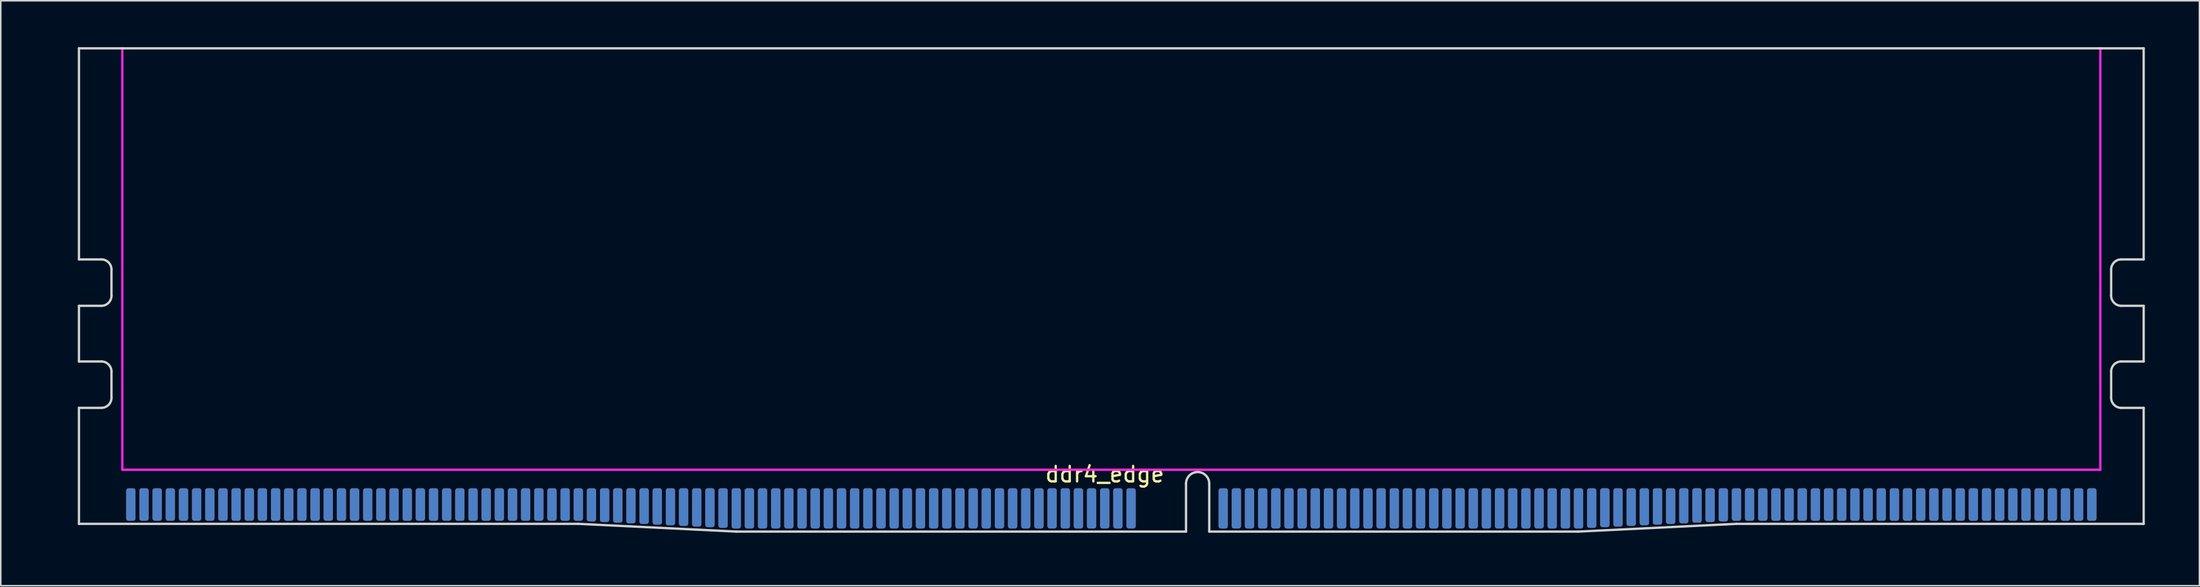
<source format=kicad_pcb>
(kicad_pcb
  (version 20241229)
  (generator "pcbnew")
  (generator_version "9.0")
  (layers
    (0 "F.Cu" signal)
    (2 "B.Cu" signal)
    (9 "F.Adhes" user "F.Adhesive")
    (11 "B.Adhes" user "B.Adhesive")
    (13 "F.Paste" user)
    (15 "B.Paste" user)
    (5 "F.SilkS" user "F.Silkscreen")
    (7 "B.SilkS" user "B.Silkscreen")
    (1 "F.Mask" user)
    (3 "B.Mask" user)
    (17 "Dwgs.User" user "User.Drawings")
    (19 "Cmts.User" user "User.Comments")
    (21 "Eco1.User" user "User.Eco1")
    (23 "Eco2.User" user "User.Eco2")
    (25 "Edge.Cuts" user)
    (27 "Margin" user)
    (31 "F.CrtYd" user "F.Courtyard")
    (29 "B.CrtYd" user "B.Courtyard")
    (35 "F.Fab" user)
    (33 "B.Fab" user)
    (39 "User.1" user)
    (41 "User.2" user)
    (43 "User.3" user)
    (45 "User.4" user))
  (footprint "ddr4_edge"
    (layer "F.Cu")
    (at 70 29.825)
    (property "Reference" "ddr4_edge" (at -1.7 -2.2 180) (layer "F.SilkS") (effects (font (size 1 1) (thickness 0.15))))
    (attr smd)
    (fp_line (start -67.95 -29.75) (end 65.4 -29.75) (stroke (width 0.15) (type solid)) (layer "Edge.Cuts"))
    (fp_line (start -67.95 -16.1) (end -67.95 -29.75) (stroke (width 0.15) (type solid)) (layer "Edge.Cuts"))
    (fp_line (start -67.95 -16.1) (end -66.5 -16.1) (stroke (width 0.15) (type solid)) (layer "Edge.Cuts"))
    (fp_line (start -67.95 -13.1) (end -66.5 -13.1) (stroke (width 0.15) (type solid)) (layer "Edge.Cuts"))
    (fp_line (start -67.95 -9.5) (end -67.95 -13.1) (stroke (width 0.15) (type solid)) (layer "Edge.Cuts"))
    (fp_line (start -67.95 -9.5) (end -66.5 -9.5) (stroke (width 0.15) (type solid)) (layer "Edge.Cuts"))
    (fp_line (start -67.95 -6.5) (end -66.5 -6.5) (stroke (width 0.15) (type solid)) (layer "Edge.Cuts"))
    (fp_line (start -67.95 1) (end -67.95 -6.5) (stroke (width 0.15) (type solid)) (layer "Edge.Cuts"))
    (fp_line (start -65.85 -13.75) (end -65.85 -15.45) (stroke (width 0.15) (type solid)) (layer "Edge.Cuts"))
    (fp_line (start -65.85 -7.15) (end -65.85 -8.85) (stroke (width 0.15) (type solid)) (layer "Edge.Cuts"))
    (fp_line (start -35.7 1) (end -67.95 1) (stroke (width 0.15) (type solid)) (layer "Edge.Cuts"))
    (fp_line (start -25.5 1.5) (end -35.7 1) (stroke (width 0.15) (type solid)) (layer "Edge.Cuts"))
    (fp_line (start 3.55 1.5) (end -25.5 1.5) (stroke (width 0.15) (type solid)) (layer "Edge.Cuts"))
    (fp_line (start 3.55 1.5) (end 3.55 -1.6) (stroke (width 0.15) (type solid)) (layer "Edge.Cuts"))
    (fp_line (start 5.05 -1.6) (end 5.05 1.5) (stroke (width 0.15) (type solid)) (layer "Edge.Cuts"))
    (fp_line (start 5.05 1.5) (end 28.9 1.5) (stroke (width 0.15) (type solid)) (layer "Edge.Cuts"))
    (fp_line (start 28.9 1.5) (end 39.1 1) (stroke (width 0.15) (type solid)) (layer "Edge.Cuts"))
    (fp_line (start 39.1 1) (end 65.4 1) (stroke (width 0.15) (type solid)) (layer "Edge.Cuts"))
    (fp_line (start 63.3 -13.75) (end 63.3 -15.45) (stroke (width 0.15) (type solid)) (layer "Edge.Cuts"))
    (fp_line (start 63.3 -7.15) (end 63.3 -8.85) (stroke (width 0.15) (type solid)) (layer "Edge.Cuts"))
    (fp_line (start 65.4 -16.1) (end 63.95 -16.1) (stroke (width 0.15) (type solid)) (layer "Edge.Cuts"))
    (fp_line (start 65.4 -16.1) (end 65.4 -29.75) (stroke (width 0.15) (type solid)) (layer "Edge.Cuts"))
    (fp_line (start 65.4 -13.1) (end 63.95 -13.1) (stroke (width 0.15) (type solid)) (layer "Edge.Cuts"))
    (fp_line (start 65.4 -9.5) (end 63.95 -9.5) (stroke (width 0.15) (type solid)) (layer "Edge.Cuts"))
    (fp_line (start 65.4 -9.5) (end 65.4 -13.1) (stroke (width 0.15) (type solid)) (layer "Edge.Cuts"))
    (fp_line (start 65.4 -6.5) (end 63.95 -6.5) (stroke (width 0.15) (type solid)) (layer "Edge.Cuts"))
    (fp_line (start 65.4 1) (end 65.4 -6.5) (stroke (width 0.15) (type solid)) (layer "Edge.Cuts"))
    (fp_arc (start -66.5 -16.1) (mid -66.040381 -15.909619) (end -65.85 -15.45) (stroke (width 0.15) (type solid)) (layer "Edge.Cuts"))
    (fp_arc (start -66.5 -9.5) (mid -66.040381 -9.309619) (end -65.85 -8.85) (stroke (width 0.15) (type solid)) (layer "Edge.Cuts"))
    (fp_arc (start -65.85 -13.75) (mid -66.040381 -13.290381) (end -66.5 -13.1) (stroke (width 0.15) (type solid)) (layer "Edge.Cuts"))
    (fp_arc (start -65.85 -7.15) (mid -66.040381 -6.690381) (end -66.5 -6.5) (stroke (width 0.15) (type solid)) (layer "Edge.Cuts"))
    (fp_arc (start 3.55 -1.6) (mid 4.3 -2.35) (end 5.05 -1.6) (stroke (width 0.15) (type solid)) (layer "Edge.Cuts"))
    (fp_arc (start 63.3 -15.45) (mid 63.490381 -15.909619) (end 63.95 -16.1) (stroke (width 0.15) (type solid)) (layer "Edge.Cuts"))
    (fp_arc (start 63.3 -8.85) (mid 63.490381 -9.309619) (end 63.95 -9.5) (stroke (width 0.15) (type solid)) (layer "Edge.Cuts"))
    (fp_arc (start 63.95 -13.1) (mid 63.490381 -13.290381) (end 63.3 -13.75) (stroke (width 0.15) (type solid)) (layer "Edge.Cuts"))
    (fp_arc (start 63.95 -6.5) (mid 63.490381 -6.690381) (end 63.3 -7.15) (stroke (width 0.15) (type solid)) (layer "Edge.Cuts"))
    (fp_line (start -65.15 -2.5) (end -65.15 -29.75) (stroke (width 0.15) (type solid)) (layer "F.CrtYd"))
    (fp_line (start -65.15 -2.5) (end 62.6 -2.5) (stroke (width 0.15) (type solid)) (layer "F.CrtYd"))
    (fp_line (start 62.6 -2.5) (end 62.6 -29.75) (stroke (width 0.15) (type solid)) (layer "F.CrtYd"))
    (pad "1" smd roundrect (at -64.6 -0.25) (size 0.6 2.1) (layers "F.Cu" "F.Mask") (roundrect_rratio 0.25))
    (pad "2" smd roundrect (at -63.75 -0.25) (size 0.6 2.1) (layers "F.Cu" "F.Mask") (roundrect_rratio 0.25))
    (pad "3" smd roundrect (at -62.9 -0.25) (size 0.6 2.1) (layers "F.Cu" "F.Mask") (roundrect_rratio 0.25))
    (pad "4" smd roundrect (at -62.05 -0.25) (size 0.6 2.1) (layers "F.Cu" "F.Mask") (roundrect_rratio 0.25))
    (pad "5" smd roundrect (at -61.2 -0.25) (size 0.6 2.1) (layers "F.Cu" "F.Mask") (roundrect_rratio 0.25))
    (pad "6" smd roundrect (at -60.35 -0.25) (size 0.6 2.1) (layers "F.Cu" "F.Mask") (roundrect_rratio 0.25))
    (pad "7" smd roundrect (at -59.5 -0.25) (size 0.6 2.1) (layers "F.Cu" "F.Mask") (roundrect_rratio 0.25))
    (pad "8" smd roundrect (at -58.65 -0.25) (size 0.6 2.1) (layers "F.Cu" "F.Mask") (roundrect_rratio 0.25))
    (pad "9" smd roundrect (at -57.8 -0.25) (size 0.6 2.1) (layers "F.Cu" "F.Mask") (roundrect_rratio 0.25))
    (pad "10" smd roundrect (at -56.95 -0.25) (size 0.6 2.1) (layers "F.Cu" "F.Mask") (roundrect_rratio 0.25))
    (pad "11" smd roundrect (at -56.1 -0.25) (size 0.6 2.1) (layers "F.Cu" "F.Mask") (roundrect_rratio 0.25))
    (pad "12" smd roundrect (at -55.25 -0.25) (size 0.6 2.1) (layers "F.Cu" "F.Mask") (roundrect_rratio 0.25))
    (pad "13" smd roundrect (at -54.4 -0.25) (size 0.6 2.1) (layers "F.Cu" "F.Mask") (roundrect_rratio 0.25))
    (pad "14" smd roundrect (at -53.55 -0.25) (size 0.6 2.1) (layers "F.Cu" "F.Mask") (roundrect_rratio 0.25))
    (pad "15" smd roundrect (at -52.7 -0.25) (size 0.6 2.1) (layers "F.Cu" "F.Mask") (roundrect_rratio 0.25))
    (pad "16" smd roundrect (at -51.85 -0.25) (size 0.6 2.1) (layers "F.Cu" "F.Mask") (roundrect_rratio 0.25))
    (pad "17" smd roundrect (at -51 -0.25) (size 0.6 2.1) (layers "F.Cu" "F.Mask") (roundrect_rratio 0.25))
    (pad "18" smd roundrect (at -50.15 -0.25) (size 0.6 2.1) (layers "F.Cu" "F.Mask") (roundrect_rratio 0.25))
    (pad "19" smd roundrect (at -49.3 -0.25) (size 0.6 2.1) (layers "F.Cu" "F.Mask") (roundrect_rratio 0.25))
    (pad "20" smd roundrect (at -48.45 -0.25) (size 0.6 2.1) (layers "F.Cu" "F.Mask") (roundrect_rratio 0.25))
    (pad "21" smd roundrect (at -47.6 -0.25) (size 0.6 2.1) (layers "F.Cu" "F.Mask") (roundrect_rratio 0.25))
    (pad "22" smd roundrect (at -46.75 -0.25) (size 0.6 2.1) (layers "F.Cu" "F.Mask") (roundrect_rratio 0.25))
    (pad "23" smd roundrect (at -45.9 -0.25) (size 0.6 2.1) (layers "F.Cu" "F.Mask") (roundrect_rratio 0.25))
    (pad "24" smd roundrect (at -45.05 -0.25) (size 0.6 2.1) (layers "F.Cu" "F.Mask") (roundrect_rratio 0.25))
    (pad "25" smd roundrect (at -44.2 -0.25) (size 0.6 2.1) (layers "F.Cu" "F.Mask") (roundrect_rratio 0.25))
    (pad "26" smd roundrect (at -43.35 -0.25) (size 0.6 2.1) (layers "F.Cu" "F.Mask") (roundrect_rratio 0.25))
    (pad "27" smd roundrect (at -42.5 -0.25) (size 0.6 2.1) (layers "F.Cu" "F.Mask") (roundrect_rratio 0.25))
    (pad "28" smd roundrect (at -41.65 -0.25) (size 0.6 2.1) (layers "F.Cu" "F.Mask") (roundrect_rratio 0.25))
    (pad "29" smd roundrect (at -40.8 -0.25) (size 0.6 2.1) (layers "F.Cu" "F.Mask") (roundrect_rratio 0.25))
    (pad "30" smd roundrect (at -39.95 -0.25) (size 0.6 2.1) (layers "F.Cu" "F.Mask") (roundrect_rratio 0.25))
    (pad "31" smd roundrect (at -39.1 -0.25) (size 0.6 2.1) (layers "F.Cu" "F.Mask") (roundrect_rratio 0.25))
    (pad "32" smd roundrect (at -38.25 -0.25) (size 0.6 2.1) (layers "F.Cu" "F.Mask") (roundrect_rratio 0.25))
    (pad "33" smd roundrect (at -37.4 -0.25) (size 0.6 2.1) (layers "F.Cu" "F.Mask") (roundrect_rratio 0.25))
    (pad "34" smd roundrect (at -36.55 -0.25) (size 0.6 2.1) (layers "F.Cu" "F.Mask") (roundrect_rratio 0.25))
    (pad "35" smd roundrect (at -35.7 -0.25) (size 0.6 2.1) (layers "F.Cu" "F.Mask") (roundrect_rratio 0.25))
    (pad "36" smd roundrect (at -34.85 0) (size 0.6 2.142) (drill (offset 0 -0.229)) (layers "F.Cu" "F.Mask") (roundrect_rratio 0.25))
    (pad "37" smd roundrect (at -34 0) (size 0.6 2.183) (drill (offset 0 -0.208)) (layers "F.Cu" "F.Mask") (roundrect_rratio 0.25))
    (pad "38" smd roundrect (at -33.15 0) (size 0.6 2.225) (drill (offset 0 -0.188)) (layers "F.Cu" "F.Mask") (roundrect_rratio 0.25))
    (pad "39" smd roundrect (at -32.3 0) (size 0.6 2.267) (drill (offset 0 -0.167)) (layers "F.Cu" "F.Mask") (roundrect_rratio 0.25))
    (pad "40" smd roundrect (at -31.45 0) (size 0.6 2.308) (drill (offset 0 -0.146)) (layers "F.Cu" "F.Mask") (roundrect_rratio 0.25))
    (pad "41" smd roundrect (at -30.6 0) (size 0.6 2.35) (drill (offset 0 -0.125)) (layers "F.Cu" "F.Mask") (roundrect_rratio 0.25))
    (pad "42" smd roundrect (at -29.75 0) (size 0.6 2.392) (drill (offset 0 -0.104)) (layers "F.Cu" "F.Mask") (roundrect_rratio 0.25))
    (pad "43" smd roundrect (at -28.9 0) (size 0.6 2.433) (drill (offset 0 -0.083)) (layers "F.Cu" "F.Mask") (roundrect_rratio 0.25))
    (pad "44" smd roundrect (at -28.05 0) (size 0.6 2.475) (drill (offset 0 -0.062)) (layers "F.Cu" "F.Mask") (roundrect_rratio 0.25))
    (pad "45" smd roundrect (at -27.2 0) (size 0.6 2.517) (drill (offset 0 -0.042)) (layers "F.Cu" "F.Mask") (roundrect_rratio 0.25))
    (pad "46" smd roundrect (at -26.35 0) (size 0.6 2.558) (drill (offset 0 -0.021)) (layers "F.Cu" "F.Mask") (roundrect_rratio 0.25))
    (pad "47" smd roundrect (at -25.5 0) (size 0.6 2.6) (layers "F.Cu" "F.Mask") (roundrect_rratio 0.25))
    (pad "48" smd roundrect (at -24.65 0) (size 0.6 2.6) (layers "F.Cu" "F.Mask") (roundrect_rratio 0.25))
    (pad "49" smd roundrect (at -23.8 0) (size 0.6 2.6) (layers "F.Cu" "F.Mask") (roundrect_rratio 0.25))
    (pad "50" smd roundrect (at -22.95 0) (size 0.6 2.6) (layers "F.Cu" "F.Mask") (roundrect_rratio 0.25))
    (pad "51" smd roundrect (at -22.1 0) (size 0.6 2.6) (layers "F.Cu" "F.Mask") (roundrect_rratio 0.25))
    (pad "52" smd roundrect (at -21.25 0) (size 0.6 2.6) (layers "F.Cu" "F.Mask") (roundrect_rratio 0.25))
    (pad "53" smd roundrect (at -20.4 0) (size 0.6 2.6) (layers "F.Cu" "F.Mask") (roundrect_rratio 0.25))
    (pad "54" smd roundrect (at -19.55 0) (size 0.6 2.6) (layers "F.Cu" "F.Mask") (roundrect_rratio 0.25))
    (pad "55" smd roundrect (at -18.7 0) (size 0.6 2.6) (layers "F.Cu" "F.Mask") (roundrect_rratio 0.25))
    (pad "56" smd roundrect (at -17.85 0) (size 0.6 2.6) (layers "F.Cu" "F.Mask") (roundrect_rratio 0.25))
    (pad "57" smd roundrect (at -17 0) (size 0.6 2.6) (layers "F.Cu" "F.Mask") (roundrect_rratio 0.25))
    (pad "58" smd roundrect (at -16.15 0) (size 0.6 2.6) (layers "F.Cu" "F.Mask") (roundrect_rratio 0.25))
    (pad "59" smd roundrect (at -15.3 0) (size 0.6 2.6) (layers "F.Cu" "F.Mask") (roundrect_rratio 0.25))
    (pad "60" smd roundrect (at -14.45 0) (size 0.6 2.6) (layers "F.Cu" "F.Mask") (roundrect_rratio 0.25))
    (pad "61" smd roundrect (at -13.6 0) (size 0.6 2.6) (layers "F.Cu" "F.Mask") (roundrect_rratio 0.25))
    (pad "62" smd roundrect (at -12.75 0) (size 0.6 2.6) (layers "F.Cu" "F.Mask") (roundrect_rratio 0.25))
    (pad "63" smd roundrect (at -11.9 0) (size 0.6 2.6) (layers "F.Cu" "F.Mask") (roundrect_rratio 0.25))
    (pad "64" smd roundrect (at -11.05 0) (size 0.6 2.6) (layers "F.Cu" "F.Mask") (roundrect_rratio 0.25))
    (pad "65" smd roundrect (at -10.2 0) (size 0.6 2.6) (layers "F.Cu" "F.Mask") (roundrect_rratio 0.25))
    (pad "66" smd roundrect (at -9.35 0) (size 0.6 2.6) (layers "F.Cu" "F.Mask") (roundrect_rratio 0.25))
    (pad "67" smd roundrect (at -8.5 0) (size 0.6 2.6) (layers "F.Cu" "F.Mask") (roundrect_rratio 0.25))
    (pad "68" smd roundrect (at -7.65 0) (size 0.6 2.6) (layers "F.Cu" "F.Mask") (roundrect_rratio 0.25))
    (pad "69" smd roundrect (at -6.8 0) (size 0.6 2.6) (layers "F.Cu" "F.Mask") (roundrect_rratio 0.25))
    (pad "70" smd roundrect (at -5.95 0) (size 0.6 2.6) (layers "F.Cu" "F.Mask") (roundrect_rratio 0.25))
    (pad "71" smd roundrect (at -5.1 0) (size 0.6 2.6) (layers "F.Cu" "F.Mask") (roundrect_rratio 0.25))
    (pad "72" smd roundrect (at -4.25 0) (size 0.6 2.6) (layers "F.Cu" "F.Mask") (roundrect_rratio 0.25))
    (pad "73" smd roundrect (at -3.4 0) (size 0.6 2.6) (layers "F.Cu" "F.Mask") (roundrect_rratio 0.25))
    (pad "74" smd roundrect (at -2.55 0) (size 0.6 2.6) (layers "F.Cu" "F.Mask") (roundrect_rratio 0.25))
    (pad "75" smd roundrect (at -1.7 0) (size 0.6 2.6) (layers "F.Cu" "F.Mask") (roundrect_rratio 0.25))
    (pad "76" smd roundrect (at -0.85 0) (size 0.6 2.6) (layers "F.Cu" "F.Mask") (roundrect_rratio 0.25))
    (pad "77" smd roundrect (at 0 0) (size 0.6 2.6) (layers "F.Cu" "F.Mask") (roundrect_rratio 0.25))
    (pad "78" smd roundrect (at 5.95 0) (size 0.6 2.6) (layers "F.Cu" "F.Mask") (roundrect_rratio 0.25))
    (pad "79" smd roundrect (at 6.8 0) (size 0.6 2.6) (layers "F.Cu" "F.Mask") (roundrect_rratio 0.25))
    (pad "80" smd roundrect (at 7.65 0) (size 0.6 2.6) (layers "F.Cu" "F.Mask") (roundrect_rratio 0.25))
    (pad "81" smd roundrect (at 8.5 0) (size 0.6 2.6) (layers "F.Cu" "F.Mask") (roundrect_rratio 0.25))
    (pad "82" smd roundrect (at 9.35 0) (size 0.6 2.6) (layers "F.Cu" "F.Mask") (roundrect_rratio 0.25))
    (pad "83" smd roundrect (at 10.2 0) (size 0.6 2.6) (layers "F.Cu" "F.Mask") (roundrect_rratio 0.25))
    (pad "84" smd roundrect (at 11.05 0) (size 0.6 2.6) (layers "F.Cu" "F.Mask") (roundrect_rratio 0.25))
    (pad "85" smd roundrect (at 11.9 0) (size 0.6 2.6) (layers "F.Cu" "F.Mask") (roundrect_rratio 0.25))
    (pad "86" smd roundrect (at 12.75 0) (size 0.6 2.6) (layers "F.Cu" "F.Mask") (roundrect_rratio 0.25))
    (pad "87" smd roundrect (at 13.6 0) (size 0.6 2.6) (layers "F.Cu" "F.Mask") (roundrect_rratio 0.25))
    (pad "88" smd roundrect (at 14.45 0) (size 0.6 2.6) (layers "F.Cu" "F.Mask") (roundrect_rratio 0.25))
    (pad "89" smd roundrect (at 15.3 0) (size 0.6 2.6) (layers "F.Cu" "F.Mask") (roundrect_rratio 0.25))
    (pad "90" smd roundrect (at 16.15 0) (size 0.6 2.6) (layers "F.Cu" "F.Mask") (roundrect_rratio 0.25))
    (pad "91" smd roundrect (at 17 0) (size 0.6 2.6) (layers "F.Cu" "F.Mask") (roundrect_rratio 0.25))
    (pad "92" smd roundrect (at 17.85 0) (size 0.6 2.6) (layers "F.Cu" "F.Mask") (roundrect_rratio 0.25))
    (pad "93" smd roundrect (at 18.7 0) (size 0.6 2.6) (layers "F.Cu" "F.Mask") (roundrect_rratio 0.25))
    (pad "94" smd roundrect (at 19.55 0) (size 0.6 2.6) (layers "F.Cu" "F.Mask") (roundrect_rratio 0.25))
    (pad "95" smd roundrect (at 20.4 0) (size 0.6 2.6) (layers "F.Cu" "F.Mask") (roundrect_rratio 0.25))
    (pad "96" smd roundrect (at 21.25 0) (size 0.6 2.6) (layers "F.Cu" "F.Mask") (roundrect_rratio 0.25))
    (pad "97" smd roundrect (at 22.1 0) (size 0.6 2.6) (layers "F.Cu" "F.Mask") (roundrect_rratio 0.25))
    (pad "98" smd roundrect (at 22.95 0) (size 0.6 2.6) (layers "F.Cu" "F.Mask") (roundrect_rratio 0.25))
    (pad "99" smd roundrect (at 23.8 0) (size 0.6 2.6) (layers "F.Cu" "F.Mask") (roundrect_rratio 0.25))
    (pad "100" smd roundrect (at 24.65 0) (size 0.6 2.6) (layers "F.Cu" "F.Mask") (roundrect_rratio 0.25))
    (pad "101" smd roundrect (at 25.5 0) (size 0.6 2.6) (layers "F.Cu" "F.Mask") (roundrect_rratio 0.25))
    (pad "102" smd roundrect (at 26.35 0) (size 0.6 2.6) (layers "F.Cu" "F.Mask") (roundrect_rratio 0.25))
    (pad "103" smd roundrect (at 27.2 0) (size 0.6 2.6) (layers "F.Cu" "F.Mask") (roundrect_rratio 0.25))
    (pad "104" smd roundrect (at 28.05 0) (size 0.6 2.6) (layers "F.Cu" "F.Mask") (roundrect_rratio 0.25))
    (pad "105" smd roundrect (at 28.9 0) (size 0.6 2.6) (layers "F.Cu" "F.Mask") (roundrect_rratio 0.25))
    (pad "106" smd roundrect (at 29.75 0) (size 0.6 2.558) (drill (offset 0 -0.021)) (layers "F.Cu" "F.Mask") (roundrect_rratio 0.25))
    (pad "107" smd roundrect (at 30.6 0) (size 0.6 2.517) (drill (offset 0 -0.042)) (layers "F.Cu" "F.Mask") (roundrect_rratio 0.25))
    (pad "108" smd roundrect (at 31.45 0) (size 0.6 2.475) (drill (offset 0 -0.062)) (layers "F.Cu" "F.Mask") (roundrect_rratio 0.25))
    (pad "109" smd roundrect (at 32.3 0) (size 0.6 2.433) (drill (offset 0 -0.083)) (layers "F.Cu" "F.Mask") (roundrect_rratio 0.25))
    (pad "110" smd roundrect (at 33.15 0) (size 0.6 2.392) (drill (offset 0 -0.104)) (layers "F.Cu" "F.Mask") (roundrect_rratio 0.25))
    (pad "111" smd roundrect (at 34 0) (size 0.6 2.35) (drill (offset 0 -0.125)) (layers "F.Cu" "F.Mask") (roundrect_rratio 0.25))
    (pad "112" smd roundrect (at 34.85 0) (size 0.6 2.308) (drill (offset 0 -0.146)) (layers "F.Cu" "F.Mask") (roundrect_rratio 0.25))
    (pad "113" smd roundrect (at 35.7 0) (size 0.6 2.267) (drill (offset 0 -0.167)) (layers "F.Cu" "F.Mask") (roundrect_rratio 0.25))
    (pad "114" smd roundrect (at 36.55 0) (size 0.6 2.225) (drill (offset 0 -0.188)) (layers "F.Cu" "F.Mask") (roundrect_rratio 0.25))
    (pad "115" smd roundrect (at 37.4 0) (size 0.6 2.183) (drill (offset 0 -0.208)) (layers "F.Cu" "F.Mask") (roundrect_rratio 0.25))
    (pad "116" smd roundrect (at 38.25 0) (size 0.6 2.142) (drill (offset 0 -0.229)) (layers "F.Cu" "F.Mask") (roundrect_rratio 0.25))
    (pad "117" smd roundrect (at 39.1 -0.25) (size 0.6 2.1) (layers "F.Cu" "F.Mask") (roundrect_rratio 0.25))
    (pad "118" smd roundrect (at 39.95 -0.25) (size 0.6 2.1) (layers "F.Cu" "F.Mask") (roundrect_rratio 0.25))
    (pad "119" smd roundrect (at 40.8 -0.25) (size 0.6 2.1) (layers "F.Cu" "F.Mask") (roundrect_rratio 0.25))
    (pad "120" smd roundrect (at 41.65 -0.25) (size 0.6 2.1) (layers "F.Cu" "F.Mask") (roundrect_rratio 0.25))
    (pad "121" smd roundrect (at 42.5 -0.25) (size 0.6 2.1) (layers "F.Cu" "F.Mask") (roundrect_rratio 0.25))
    (pad "122" smd roundrect (at 43.35 -0.25) (size 0.6 2.1) (layers "F.Cu" "F.Mask") (roundrect_rratio 0.25))
    (pad "123" smd roundrect (at 44.2 -0.25) (size 0.6 2.1) (layers "F.Cu" "F.Mask") (roundrect_rratio 0.25))
    (pad "124" smd roundrect (at 45.05 -0.25) (size 0.6 2.1) (layers "F.Cu" "F.Mask") (roundrect_rratio 0.25))
    (pad "125" smd roundrect (at 45.9 -0.25) (size 0.6 2.1) (layers "F.Cu" "F.Mask") (roundrect_rratio 0.25))
    (pad "126" smd roundrect (at 46.75 -0.25) (size 0.6 2.1) (layers "F.Cu" "F.Mask") (roundrect_rratio 0.25))
    (pad "127" smd roundrect (at 47.6 -0.25) (size 0.6 2.1) (layers "F.Cu" "F.Mask") (roundrect_rratio 0.25))
    (pad "128" smd roundrect (at 48.45 -0.25) (size 0.6 2.1) (layers "F.Cu" "F.Mask") (roundrect_rratio 0.25))
    (pad "129" smd roundrect (at 49.3 -0.25) (size 0.6 2.1) (layers "F.Cu" "F.Mask") (roundrect_rratio 0.25))
    (pad "130" smd roundrect (at 50.15 -0.25) (size 0.6 2.1) (layers "F.Cu" "F.Mask") (roundrect_rratio 0.25))
    (pad "131" smd roundrect (at 51 -0.25) (size 0.6 2.1) (layers "F.Cu" "F.Mask") (roundrect_rratio 0.25))
    (pad "132" smd roundrect (at 51.85 -0.25) (size 0.6 2.1) (layers "F.Cu" "F.Mask") (roundrect_rratio 0.25))
    (pad "133" smd roundrect (at 52.7 -0.25) (size 0.6 2.1) (layers "F.Cu" "F.Mask") (roundrect_rratio 0.25))
    (pad "134" smd roundrect (at 53.55 -0.25) (size 0.6 2.1) (layers "F.Cu" "F.Mask") (roundrect_rratio 0.25))
    (pad "135" smd roundrect (at 54.4 -0.25) (size 0.6 2.1) (layers "F.Cu" "F.Mask") (roundrect_rratio 0.25))
    (pad "136" smd roundrect (at 55.25 -0.25) (size 0.6 2.1) (layers "F.Cu" "F.Mask") (roundrect_rratio 0.25))
    (pad "137" smd roundrect (at 56.1 -0.25) (size 0.6 2.1) (layers "F.Cu" "F.Mask") (roundrect_rratio 0.25))
    (pad "138" smd roundrect (at 56.95 -0.25) (size 0.6 2.1) (layers "F.Cu" "F.Mask") (roundrect_rratio 0.25))
    (pad "139" smd roundrect (at 57.8 -0.25) (size 0.6 2.1) (layers "F.Cu" "F.Mask") (roundrect_rratio 0.25))
    (pad "140" smd roundrect (at 58.65 -0.25) (size 0.6 2.1) (layers "F.Cu" "F.Mask") (roundrect_rratio 0.25))
    (pad "141" smd roundrect (at 59.5 -0.25) (size 0.6 2.1) (layers "F.Cu" "F.Mask") (roundrect_rratio 0.25))
    (pad "142" smd roundrect (at 60.35 -0.25) (size 0.6 2.1) (layers "F.Cu" "F.Mask") (roundrect_rratio 0.25))
    (pad "143" smd roundrect (at 61.2 -0.25) (size 0.6 2.1) (layers "F.Cu" "F.Mask") (roundrect_rratio 0.25))
    (pad "144" smd roundrect (at 62.05 -0.25) (size 0.6 2.1) (layers "F.Cu" "F.Mask") (roundrect_rratio 0.25))
    (pad "145" smd roundrect (at -64.6 -0.25 180) (size 0.6 2.1) (layers "B.Cu" "B.Mask") (roundrect_rratio 0.25))
    (pad "146" smd roundrect (at -63.75 -0.25 180) (size 0.6 2.1) (layers "B.Cu" "B.Mask") (roundrect_rratio 0.25))
    (pad "147" smd roundrect (at -62.9 -0.25 180) (size 0.6 2.1) (layers "B.Cu" "B.Mask") (roundrect_rratio 0.25))
    (pad "148" smd roundrect (at -62.05 -0.25 180) (size 0.6 2.1) (layers "B.Cu" "B.Mask") (roundrect_rratio 0.25))
    (pad "149" smd roundrect (at -61.2 -0.25 180) (size 0.6 2.1) (layers "B.Cu" "B.Mask") (roundrect_rratio 0.25))
    (pad "150" smd roundrect (at -60.35 -0.25 180) (size 0.6 2.1) (layers "B.Cu" "B.Mask") (roundrect_rratio 0.25))
    (pad "151" smd roundrect (at -59.5 -0.25 180) (size 0.6 2.1) (layers "B.Cu" "B.Mask") (roundrect_rratio 0.25))
    (pad "152" smd roundrect (at -58.65 -0.25 180) (size 0.6 2.1) (layers "B.Cu" "B.Mask") (roundrect_rratio 0.25))
    (pad "153" smd roundrect (at -57.8 -0.25 180) (size 0.6 2.1) (layers "B.Cu" "B.Mask") (roundrect_rratio 0.25))
    (pad "154" smd roundrect (at -56.95 -0.25 180) (size 0.6 2.1) (layers "B.Cu" "B.Mask") (roundrect_rratio 0.25))
    (pad "155" smd roundrect (at -56.1 -0.25 180) (size 0.6 2.1) (layers "B.Cu" "B.Mask") (roundrect_rratio 0.25))
    (pad "156" smd roundrect (at -55.25 -0.25 180) (size 0.6 2.1) (layers "B.Cu" "B.Mask") (roundrect_rratio 0.25))
    (pad "157" smd roundrect (at -54.4 -0.25 180) (size 0.6 2.1) (layers "B.Cu" "B.Mask") (roundrect_rratio 0.25))
    (pad "158" smd roundrect (at -53.55 -0.25 180) (size 0.6 2.1) (layers "B.Cu" "B.Mask") (roundrect_rratio 0.25))
    (pad "159" smd roundrect (at -52.7 -0.25 180) (size 0.6 2.1) (layers "B.Cu" "B.Mask") (roundrect_rratio 0.25))
    (pad "160" smd roundrect (at -51.85 -0.25 180) (size 0.6 2.1) (layers "B.Cu" "B.Mask") (roundrect_rratio 0.25))
    (pad "161" smd roundrect (at -51 -0.25 180) (size 0.6 2.1) (layers "B.Cu" "B.Mask") (roundrect_rratio 0.25))
    (pad "162" smd roundrect (at -50.15 -0.25 180) (size 0.6 2.1) (layers "B.Cu" "B.Mask") (roundrect_rratio 0.25))
    (pad "163" smd roundrect (at -49.3 -0.25 180) (size 0.6 2.1) (layers "B.Cu" "B.Mask") (roundrect_rratio 0.25))
    (pad "164" smd roundrect (at -48.45 -0.25 180) (size 0.6 2.1) (layers "B.Cu" "B.Mask") (roundrect_rratio 0.25))
    (pad "165" smd roundrect (at -47.6 -0.25 180) (size 0.6 2.1) (layers "B.Cu" "B.Mask") (roundrect_rratio 0.25))
    (pad "166" smd roundrect (at -46.75 -0.25 180) (size 0.6 2.1) (layers "B.Cu" "B.Mask") (roundrect_rratio 0.25))
    (pad "167" smd roundrect (at -45.9 -0.25 180) (size 0.6 2.1) (layers "B.Cu" "B.Mask") (roundrect_rratio 0.25))
    (pad "168" smd roundrect (at -45.05 -0.25 180) (size 0.6 2.1) (layers "B.Cu" "B.Mask") (roundrect_rratio 0.25))
    (pad "169" smd roundrect (at -44.2 -0.25 180) (size 0.6 2.1) (layers "B.Cu" "B.Mask") (roundrect_rratio 0.25))
    (pad "170" smd roundrect (at -43.35 -0.25 180) (size 0.6 2.1) (layers "B.Cu" "B.Mask") (roundrect_rratio 0.25))
    (pad "171" smd roundrect (at -42.5 -0.25 180) (size 0.6 2.1) (layers "B.Cu" "B.Mask") (roundrect_rratio 0.25))
    (pad "172" smd roundrect (at -41.65 -0.25 180) (size 0.6 2.1) (layers "B.Cu" "B.Mask") (roundrect_rratio 0.25))
    (pad "173" smd roundrect (at -40.8 -0.25 180) (size 0.6 2.1) (layers "B.Cu" "B.Mask") (roundrect_rratio 0.25))
    (pad "174" smd roundrect (at -39.95 -0.25 180) (size 0.6 2.1) (layers "B.Cu" "B.Mask") (roundrect_rratio 0.25))
    (pad "175" smd roundrect (at -39.1 -0.25 180) (size 0.6 2.1) (layers "B.Cu" "B.Mask") (roundrect_rratio 0.25))
    (pad "176" smd roundrect (at -38.25 -0.25 180) (size 0.6 2.1) (layers "B.Cu" "B.Mask") (roundrect_rratio 0.25))
    (pad "177" smd roundrect (at -37.4 -0.25 180) (size 0.6 2.1) (layers "B.Cu" "B.Mask") (roundrect_rratio 0.25))
    (pad "178" smd roundrect (at -36.55 -0.25 180) (size 0.6 2.1) (layers "B.Cu" "B.Mask") (roundrect_rratio 0.25))
    (pad "179" smd roundrect (at -35.7 -0.25 180) (size 0.6 2.1) (layers "B.Cu" "B.Mask") (roundrect_rratio 0.25))
    (pad "180" smd roundrect (at -34.85 0 180) (size 0.6 2.142) (drill (offset 0 0.229)) (layers "B.Cu" "B.Mask") (roundrect_rratio 0.25))
    (pad "181" smd roundrect (at -34 0 180) (size 0.6 2.183) (drill (offset 0 0.208)) (layers "B.Cu" "B.Mask") (roundrect_rratio 0.25))
    (pad "182" smd roundrect (at -33.15 0 180) (size 0.6 2.225) (drill (offset 0 0.188)) (layers "B.Cu" "B.Mask") (roundrect_rratio 0.25))
    (pad "183" smd roundrect (at -32.3 0 180) (size 0.6 2.267) (drill (offset 0 0.167)) (layers "B.Cu" "B.Mask") (roundrect_rratio 0.25))
    (pad "184" smd roundrect (at -31.45 0 180) (size 0.6 2.308) (drill (offset 0 0.146)) (layers "B.Cu" "B.Mask") (roundrect_rratio 0.25))
    (pad "185" smd roundrect (at -30.6 0 180) (size 0.6 2.35) (drill (offset 0 0.125)) (layers "B.Cu" "B.Mask") (roundrect_rratio 0.25))
    (pad "186" smd roundrect (at -29.75 0 180) (size 0.6 2.392) (drill (offset 0 0.104)) (layers "B.Cu" "B.Mask") (roundrect_rratio 0.25))
    (pad "187" smd roundrect (at -28.9 0 180) (size 0.6 2.433) (drill (offset 0 0.083)) (layers "B.Cu" "B.Mask") (roundrect_rratio 0.25))
    (pad "188" smd roundrect (at -28.05 0 180) (size 0.6 2.475) (drill (offset 0 0.062)) (layers "B.Cu" "B.Mask") (roundrect_rratio 0.25))
    (pad "189" smd roundrect (at -27.2 0 180) (size 0.6 2.517) (drill (offset 0 0.042)) (layers "B.Cu" "B.Mask") (roundrect_rratio 0.25))
    (pad "190" smd roundrect (at -26.35 0 180) (size 0.6 2.558) (drill (offset 0 0.021)) (layers "B.Cu" "B.Mask") (roundrect_rratio 0.25))
    (pad "191" smd roundrect (at -25.5 0 180) (size 0.6 2.6) (layers "B.Cu" "B.Mask") (roundrect_rratio 0.25))
    (pad "192" smd roundrect (at -24.65 0 180) (size 0.6 2.6) (layers "B.Cu" "B.Mask") (roundrect_rratio 0.25))
    (pad "193" smd roundrect (at -23.8 0 180) (size 0.6 2.6) (layers "B.Cu" "B.Mask") (roundrect_rratio 0.25))
    (pad "194" smd roundrect (at -22.95 0 180) (size 0.6 2.6) (layers "B.Cu" "B.Mask") (roundrect_rratio 0.25))
    (pad "195" smd roundrect (at -22.1 0 180) (size 0.6 2.6) (layers "B.Cu" "B.Mask") (roundrect_rratio 0.25))
    (pad "196" smd roundrect (at -21.25 0 180) (size 0.6 2.6) (layers "B.Cu" "B.Mask") (roundrect_rratio 0.25))
    (pad "197" smd roundrect (at -20.4 0 180) (size 0.6 2.6) (layers "B.Cu" "B.Mask") (roundrect_rratio 0.25))
    (pad "198" smd roundrect (at -19.55 0 180) (size 0.6 2.6) (layers "B.Cu" "B.Mask") (roundrect_rratio 0.25))
    (pad "199" smd roundrect (at -18.7 0 180) (size 0.6 2.6) (layers "B.Cu" "B.Mask") (roundrect_rratio 0.25))
    (pad "200" smd roundrect (at -17.85 0 180) (size 0.6 2.6) (layers "B.Cu" "B.Mask") (roundrect_rratio 0.25))
    (pad "201" smd roundrect (at -17 0 180) (size 0.6 2.6) (layers "B.Cu" "B.Mask") (roundrect_rratio 0.25))
    (pad "202" smd roundrect (at -16.15 0 180) (size 0.6 2.6) (layers "B.Cu" "B.Mask") (roundrect_rratio 0.25))
    (pad "203" smd roundrect (at -15.3 0 180) (size 0.6 2.6) (layers "B.Cu" "B.Mask") (roundrect_rratio 0.25))
    (pad "204" smd roundrect (at -14.45 0 180) (size 0.6 2.6) (layers "B.Cu" "B.Mask") (roundrect_rratio 0.25))
    (pad "205" smd roundrect (at -13.6 0 180) (size 0.6 2.6) (layers "B.Cu" "B.Mask") (roundrect_rratio 0.25))
    (pad "206" smd roundrect (at -12.75 0 180) (size 0.6 2.6) (layers "B.Cu" "B.Mask") (roundrect_rratio 0.25))
    (pad "207" smd roundrect (at -11.9 0 180) (size 0.6 2.6) (layers "B.Cu" "B.Mask") (roundrect_rratio 0.25))
    (pad "208" smd roundrect (at -11.05 0 180) (size 0.6 2.6) (layers "B.Cu" "B.Mask") (roundrect_rratio 0.25))
    (pad "209" smd roundrect (at -10.2 0 180) (size 0.6 2.6) (layers "B.Cu" "B.Mask") (roundrect_rratio 0.25))
    (pad "210" smd roundrect (at -9.35 0 180) (size 0.6 2.6) (layers "B.Cu" "B.Mask") (roundrect_rratio 0.25))
    (pad "211" smd roundrect (at -8.5 0 180) (size 0.6 2.6) (layers "B.Cu" "B.Mask") (roundrect_rratio 0.25))
    (pad "212" smd roundrect (at -7.65 0 180) (size 0.6 2.6) (layers "B.Cu" "B.Mask") (roundrect_rratio 0.25))
    (pad "213" smd roundrect (at -6.8 0 180) (size 0.6 2.6) (layers "B.Cu" "B.Mask") (roundrect_rratio 0.25))
    (pad "214" smd roundrect (at -5.95 0 180) (size 0.6 2.6) (layers "B.Cu" "B.Mask") (roundrect_rratio 0.25))
    (pad "215" smd roundrect (at -5.1 0 180) (size 0.6 2.6) (layers "B.Cu" "B.Mask") (roundrect_rratio 0.25))
    (pad "216" smd roundrect (at -4.25 0 180) (size 0.6 2.6) (layers "B.Cu" "B.Mask") (roundrect_rratio 0.25))
    (pad "217" smd roundrect (at -3.4 0 180) (size 0.6 2.6) (layers "B.Cu" "B.Mask") (roundrect_rratio 0.25))
    (pad "218" smd roundrect (at -2.55 0 180) (size 0.6 2.6) (layers "B.Cu" "B.Mask") (roundrect_rratio 0.25))
    (pad "219" smd roundrect (at -1.7 0 180) (size 0.6 2.6) (layers "B.Cu" "B.Mask") (roundrect_rratio 0.25))
    (pad "220" smd roundrect (at -0.85 0 180) (size 0.6 2.6) (layers "B.Cu" "B.Mask") (roundrect_rratio 0.25))
    (pad "221" smd roundrect (at 0 0 180) (size 0.6 2.6) (layers "B.Cu" "B.Mask") (roundrect_rratio 0.25))
    (pad "222" smd roundrect (at 5.95 0 180) (size 0.6 2.6) (layers "B.Cu" "B.Mask") (roundrect_rratio 0.25))
    (pad "223" smd roundrect (at 6.8 0 180) (size 0.6 2.6) (layers "B.Cu" "B.Mask") (roundrect_rratio 0.25))
    (pad "224" smd roundrect (at 7.65 0 180) (size 0.6 2.6) (layers "B.Cu" "B.Mask") (roundrect_rratio 0.25))
    (pad "225" smd roundrect (at 8.5 0 180) (size 0.6 2.6) (layers "B.Cu" "B.Mask") (roundrect_rratio 0.25))
    (pad "226" smd roundrect (at 9.35 0 180) (size 0.6 2.6) (layers "B.Cu" "B.Mask") (roundrect_rratio 0.25))
    (pad "227" smd roundrect (at 10.2 0 180) (size 0.6 2.6) (layers "B.Cu" "B.Mask") (roundrect_rratio 0.25))
    (pad "228" smd roundrect (at 11.05 0 180) (size 0.6 2.6) (layers "B.Cu" "B.Mask") (roundrect_rratio 0.25))
    (pad "229" smd roundrect (at 11.9 0 180) (size 0.6 2.6) (layers "B.Cu" "B.Mask") (roundrect_rratio 0.25))
    (pad "230" smd roundrect (at 12.75 0 180) (size 0.6 2.6) (layers "B.Cu" "B.Mask") (roundrect_rratio 0.25))
    (pad "231" smd roundrect (at 13.6 0 180) (size 0.6 2.6) (layers "B.Cu" "B.Mask") (roundrect_rratio 0.25))
    (pad "232" smd roundrect (at 14.45 0 180) (size 0.6 2.6) (layers "B.Cu" "B.Mask") (roundrect_rratio 0.25))
    (pad "233" smd roundrect (at 15.3 0 180) (size 0.6 2.6) (layers "B.Cu" "B.Mask") (roundrect_rratio 0.25))
    (pad "234" smd roundrect (at 16.15 0 180) (size 0.6 2.6) (layers "B.Cu" "B.Mask") (roundrect_rratio 0.25))
    (pad "235" smd roundrect (at 17 0 180) (size 0.6 2.6) (layers "B.Cu" "B.Mask") (roundrect_rratio 0.25))
    (pad "236" smd roundrect (at 17.85 0 180) (size 0.6 2.6) (layers "B.Cu" "B.Mask") (roundrect_rratio 0.25))
    (pad "237" smd roundrect (at 18.7 0 180) (size 0.6 2.6) (layers "B.Cu" "B.Mask") (roundrect_rratio 0.25))
    (pad "238" smd roundrect (at 19.55 0 180) (size 0.6 2.6) (layers "B.Cu" "B.Mask") (roundrect_rratio 0.25))
    (pad "239" smd roundrect (at 20.4 0 180) (size 0.6 2.6) (layers "B.Cu" "B.Mask") (roundrect_rratio 0.25))
    (pad "240" smd roundrect (at 21.25 0 180) (size 0.6 2.6) (layers "B.Cu" "B.Mask") (roundrect_rratio 0.25))
    (pad "241" smd roundrect (at 22.1 0 180) (size 0.6 2.6) (layers "B.Cu" "B.Mask") (roundrect_rratio 0.25))
    (pad "242" smd roundrect (at 22.95 0 180) (size 0.6 2.6) (layers "B.Cu" "B.Mask") (roundrect_rratio 0.25))
    (pad "243" smd roundrect (at 23.8 0 180) (size 0.6 2.6) (layers "B.Cu" "B.Mask") (roundrect_rratio 0.25))
    (pad "244" smd roundrect (at 24.65 0 180) (size 0.6 2.6) (layers "B.Cu" "B.Mask") (roundrect_rratio 0.25))
    (pad "245" smd roundrect (at 25.5 0 180) (size 0.6 2.6) (layers "B.Cu" "B.Mask") (roundrect_rratio 0.25))
    (pad "246" smd roundrect (at 26.35 0 180) (size 0.6 2.6) (layers "B.Cu" "B.Mask") (roundrect_rratio 0.25))
    (pad "247" smd roundrect (at 27.2 0 180) (size 0.6 2.6) (layers "B.Cu" "B.Mask") (roundrect_rratio 0.25))
    (pad "248" smd roundrect (at 28.05 0 180) (size 0.6 2.6) (layers "B.Cu" "B.Mask") (roundrect_rratio 0.25))
    (pad "249" smd roundrect (at 28.9 0 180) (size 0.6 2.6) (layers "B.Cu" "B.Mask") (roundrect_rratio 0.25))
    (pad "250" smd roundrect (at 29.75 0 180) (size 0.6 2.558) (drill (offset 0 0.021)) (layers "B.Cu" "B.Mask") (roundrect_rratio 0.25))
    (pad "251" smd roundrect (at 30.6 0 180) (size 0.6 2.517) (drill (offset 0 0.042)) (layers "B.Cu" "B.Mask") (roundrect_rratio 0.25))
    (pad "252" smd roundrect (at 31.45 0 180) (size 0.6 2.475) (drill (offset 0 0.062)) (layers "B.Cu" "B.Mask") (roundrect_rratio 0.25))
    (pad "253" smd roundrect (at 32.3 0 180) (size 0.6 2.433) (drill (offset 0 0.083)) (layers "B.Cu" "B.Mask") (roundrect_rratio 0.25))
    (pad "254" smd roundrect (at 33.15 0 180) (size 0.6 2.392) (drill (offset 0 0.104)) (layers "B.Cu" "B.Mask") (roundrect_rratio 0.25))
    (pad "255" smd roundrect (at 34 0 180) (size 0.6 2.35) (drill (offset 0 0.125)) (layers "B.Cu" "B.Mask") (roundrect_rratio 0.25))
    (pad "256" smd roundrect (at 34.85 0 180) (size 0.6 2.308) (drill (offset 0 0.146)) (layers "B.Cu" "B.Mask") (roundrect_rratio 0.25))
    (pad "257" smd roundrect (at 35.7 0 180) (size 0.6 2.267) (drill (offset 0 0.167)) (layers "B.Cu" "B.Mask") (roundrect_rratio 0.25))
    (pad "258" smd roundrect (at 36.55 0 180) (size 0.6 2.225) (drill (offset 0 0.188)) (layers "B.Cu" "B.Mask") (roundrect_rratio 0.25))
    (pad "259" smd roundrect (at 37.4 0 180) (size 0.6 2.183) (drill (offset 0 0.208)) (layers "B.Cu" "B.Mask") (roundrect_rratio 0.25))
    (pad "260" smd roundrect (at 38.25 0 180) (size 0.6 2.142) (drill (offset 0 0.229)) (layers "B.Cu" "B.Mask") (roundrect_rratio 0.25))
    (pad "261" smd roundrect (at 39.1 -0.25 180) (size 0.6 2.1) (layers "B.Cu" "B.Mask") (roundrect_rratio 0.25))
    (pad "262" smd roundrect (at 39.95 -0.25 180) (size 0.6 2.1) (layers "B.Cu" "B.Mask") (roundrect_rratio 0.25))
    (pad "263" smd roundrect (at 40.8 -0.25 180) (size 0.6 2.1) (layers "B.Cu" "B.Mask") (roundrect_rratio 0.25))
    (pad "264" smd roundrect (at 41.65 -0.25 180) (size 0.6 2.1) (layers "B.Cu" "B.Mask") (roundrect_rratio 0.25))
    (pad "265" smd roundrect (at 42.5 -0.25 180) (size 0.6 2.1) (layers "B.Cu" "B.Mask") (roundrect_rratio 0.25))
    (pad "266" smd roundrect (at 43.35 -0.25 180) (size 0.6 2.1) (layers "B.Cu" "B.Mask") (roundrect_rratio 0.25))
    (pad "267" smd roundrect (at 44.2 -0.25 180) (size 0.6 2.1) (layers "B.Cu" "B.Mask") (roundrect_rratio 0.25))
    (pad "268" smd roundrect (at 45.05 -0.25 180) (size 0.6 2.1) (layers "B.Cu" "B.Mask") (roundrect_rratio 0.25))
    (pad "269" smd roundrect (at 45.9 -0.25 180) (size 0.6 2.1) (layers "B.Cu" "B.Mask") (roundrect_rratio 0.25))
    (pad "270" smd roundrect (at 46.75 -0.25 180) (size 0.6 2.1) (layers "B.Cu" "B.Mask") (roundrect_rratio 0.25))
    (pad "271" smd roundrect (at 47.6 -0.25 180) (size 0.6 2.1) (layers "B.Cu" "B.Mask") (roundrect_rratio 0.25))
    (pad "272" smd roundrect (at 48.45 -0.25 180) (size 0.6 2.1) (layers "B.Cu" "B.Mask") (roundrect_rratio 0.25))
    (pad "273" smd roundrect (at 49.3 -0.25 180) (size 0.6 2.1) (layers "B.Cu" "B.Mask") (roundrect_rratio 0.25))
    (pad "274" smd roundrect (at 50.15 -0.25 180) (size 0.6 2.1) (layers "B.Cu" "B.Mask") (roundrect_rratio 0.25))
    (pad "275" smd roundrect (at 51 -0.25 180) (size 0.6 2.1) (layers "B.Cu" "B.Mask") (roundrect_rratio 0.25))
    (pad "276" smd roundrect (at 51.85 -0.25 180) (size 0.6 2.1) (layers "B.Cu" "B.Mask") (roundrect_rratio 0.25))
    (pad "277" smd roundrect (at 52.7 -0.25 180) (size 0.6 2.1) (layers "B.Cu" "B.Mask") (roundrect_rratio 0.25))
    (pad "278" smd roundrect (at 53.55 -0.25 180) (size 0.6 2.1) (layers "B.Cu" "B.Mask") (roundrect_rratio 0.25))
    (pad "279" smd roundrect (at 54.4 -0.25 180) (size 0.6 2.1) (layers "B.Cu" "B.Mask") (roundrect_rratio 0.25))
    (pad "280" smd roundrect (at 55.25 -0.25 180) (size 0.6 2.1) (layers "B.Cu" "B.Mask") (roundrect_rratio 0.25))
    (pad "281" smd roundrect (at 56.1 -0.25 180) (size 0.6 2.1) (layers "B.Cu" "B.Mask") (roundrect_rratio 0.25))
    (pad "282" smd roundrect (at 56.95 -0.25 180) (size 0.6 2.1) (layers "B.Cu" "B.Mask") (roundrect_rratio 0.25))
    (pad "283" smd roundrect (at 57.8 -0.25 180) (size 0.6 2.1) (layers "B.Cu" "B.Mask") (roundrect_rratio 0.25))
    (pad "284" smd roundrect (at 58.65 -0.25 180) (size 0.6 2.1) (layers "B.Cu" "B.Mask") (roundrect_rratio 0.25))
    (pad "285" smd roundrect (at 59.5 -0.25 180) (size 0.6 2.1) (layers "B.Cu" "B.Mask") (roundrect_rratio 0.25))
    (pad "286" smd roundrect (at 60.35 -0.25 180) (size 0.6 2.1) (layers "B.Cu" "B.Mask") (roundrect_rratio 0.25))
    (pad "287" smd roundrect (at 61.2 -0.25 180) (size 0.6 2.1) (layers "B.Cu" "B.Mask") (roundrect_rratio 0.25))
    (pad "288" smd roundrect (at 62.05 -0.25 180) (size 0.6 2.1) (layers "B.Cu" "B.Mask") (roundrect_rratio 0.25))
    (zone (net_name "") (layers "F.Cu" "B.Cu" "F.SilkS" "B.SilkS") (hatch edge 0.5) (connect_pads) (min_thickness 0.25) (filled_areas_thickness no) (keepout (tracks allowed) (vias allowed) (pads allowed) (copperpour not_allowed) (footprints allowed)) (placement (enabled no)) (fill) (polygon (pts (xy 0 28.325) (xy 136 28.325) (xy 136 31.825) (xy 0 31.825)))))
  (gr_rect
    (start -3 -3)
    (end 139 34.825)
    (stroke (width 0.1) (type default))
    (fill no)
    (layer "Edge.Cuts")))
</source>
